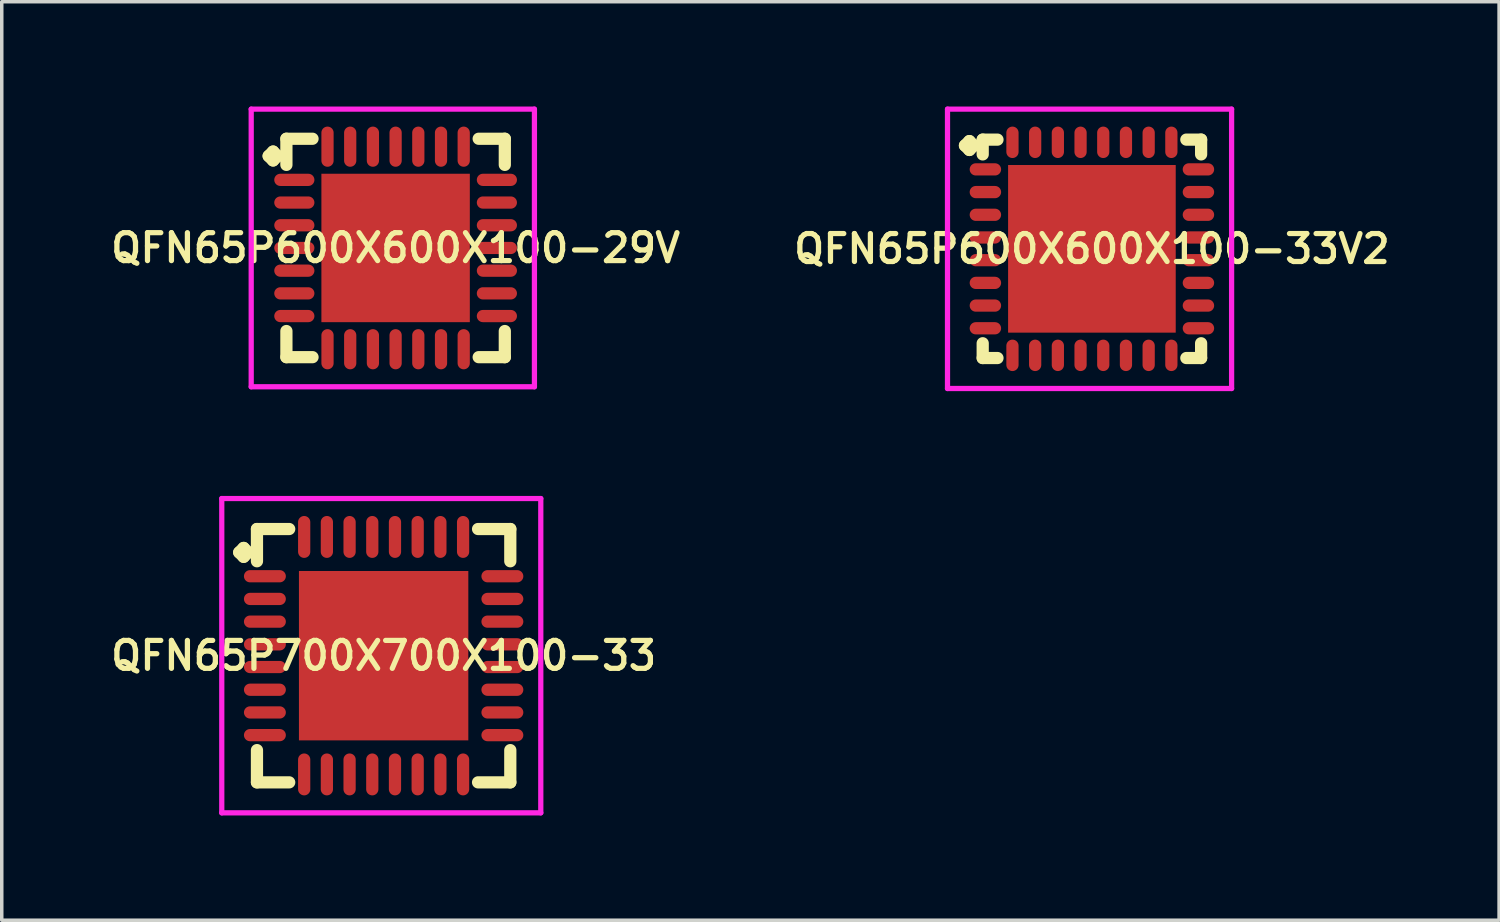
<source format=kicad_pcb>
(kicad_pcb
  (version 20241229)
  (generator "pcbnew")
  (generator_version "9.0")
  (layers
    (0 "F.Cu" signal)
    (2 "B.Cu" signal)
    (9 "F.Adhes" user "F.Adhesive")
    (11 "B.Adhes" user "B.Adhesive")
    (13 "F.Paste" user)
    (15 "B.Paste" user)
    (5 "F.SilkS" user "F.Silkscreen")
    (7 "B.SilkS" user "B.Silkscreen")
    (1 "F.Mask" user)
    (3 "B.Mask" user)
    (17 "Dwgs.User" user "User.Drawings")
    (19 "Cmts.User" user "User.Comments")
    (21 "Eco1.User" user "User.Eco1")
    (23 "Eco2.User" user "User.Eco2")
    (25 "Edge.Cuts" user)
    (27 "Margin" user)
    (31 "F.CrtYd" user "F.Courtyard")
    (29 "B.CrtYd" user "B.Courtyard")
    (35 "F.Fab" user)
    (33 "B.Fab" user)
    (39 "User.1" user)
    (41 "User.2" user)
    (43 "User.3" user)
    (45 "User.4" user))
  (footprint "QFN65P700X700X100-33"
    (layer "F.Cu")
    (at 7.935 15.725)
    (property "Reference" "QFN65P700X700X100-33" (at 0 0 0) (layer "F.SilkS") (effects (font (size 0.8 0.8) (thickness 0.15))))
    (attr smd)
    (fp_line (start -4.135 -2.958) (end -4.008 -3.085) (stroke (width 0.35) (type solid)) (layer "F.SilkS"))
    (fp_line (start -4.008 -3.085) (end -3.881 -2.958) (stroke (width 0.35) (type solid)) (layer "F.SilkS"))
    (fp_line (start -4.008 -2.831) (end -4.135 -2.958) (stroke (width 0.35) (type solid)) (layer "F.SilkS"))
    (fp_line (start -3.881 -2.958) (end -4.008 -2.831) (stroke (width 0.35) (type solid)) (layer "F.SilkS"))
    (fp_line (start -3.627 -3.627) (end -2.704 -3.627) (stroke (width 0.35) (type solid)) (layer "F.SilkS"))
    (fp_line (start -3.627 -2.704) (end -3.627 -3.627) (stroke (width 0.35) (type solid)) (layer "F.SilkS"))
    (fp_line (start -3.627 2.704) (end -3.627 3.627) (stroke (width 0.35) (type solid)) (layer "F.SilkS"))
    (fp_line (start -3.627 3.627) (end -2.704 3.627) (stroke (width 0.35) (type solid)) (layer "F.SilkS"))
    (fp_line (start 2.704 -3.627) (end 3.627 -3.627) (stroke (width 0.35) (type solid)) (layer "F.SilkS"))
    (fp_line (start 2.704 3.627) (end 3.627 3.627) (stroke (width 0.35) (type solid)) (layer "F.SilkS"))
    (fp_line (start 3.627 -3.627) (end 3.627 -2.704) (stroke (width 0.35) (type solid)) (layer "F.SilkS"))
    (fp_line (start 3.627 3.627) (end 3.627 2.704) (stroke (width 0.35) (type solid)) (layer "F.SilkS"))
    (fp_line (start -4.635 -4.5) (end 4.5 -4.5) (stroke (width 0.15) (type solid)) (layer "F.CrtYd"))
    (fp_line (start -4.635 4.5) (end -4.635 -4.5) (stroke (width 0.15) (type solid)) (layer "F.CrtYd"))
    (fp_line (start 4.5 -4.5) (end 4.5 4.5) (stroke (width 0.15) (type solid)) (layer "F.CrtYd"))
    (fp_line (start 4.5 4.5) (end -4.635 4.5) (stroke (width 0.15) (type solid)) (layer "F.CrtYd"))
    (pad "1" smd oval (at -3.4 -2.275) (size 1.2 0.35) (layers "F.Cu" "F.Mask" "F.Paste"))
    (pad "2" smd oval (at -3.4 -1.625) (size 1.2 0.35) (layers "F.Cu" "F.Mask" "F.Paste"))
    (pad "3" smd oval (at -3.4 -0.975) (size 1.2 0.35) (layers "F.Cu" "F.Mask" "F.Paste"))
    (pad "4" smd oval (at -3.4 -0.325) (size 1.2 0.35) (layers "F.Cu" "F.Mask" "F.Paste"))
    (pad "5" smd oval (at -3.4 0.325) (size 1.2 0.35) (layers "F.Cu" "F.Mask" "F.Paste"))
    (pad "6" smd oval (at -3.4 0.975) (size 1.2 0.35) (layers "F.Cu" "F.Mask" "F.Paste"))
    (pad "7" smd oval (at -3.4 1.625) (size 1.2 0.35) (layers "F.Cu" "F.Mask" "F.Paste"))
    (pad "8" smd oval (at -3.4 2.275) (size 1.2 0.35) (layers "F.Cu" "F.Mask" "F.Paste"))
    (pad "9" smd oval (at -2.275 3.4) (size 0.35 1.2) (layers "F.Cu" "F.Mask" "F.Paste"))
    (pad "10" smd oval (at -1.625 3.4) (size 0.35 1.2) (layers "F.Cu" "F.Mask" "F.Paste"))
    (pad "11" smd oval (at -0.975 3.4) (size 0.35 1.2) (layers "F.Cu" "F.Mask" "F.Paste"))
    (pad "12" smd oval (at -0.325 3.4) (size 0.35 1.2) (layers "F.Cu" "F.Mask" "F.Paste"))
    (pad "13" smd oval (at 0.325 3.4) (size 0.35 1.2) (layers "F.Cu" "F.Mask" "F.Paste"))
    (pad "14" smd oval (at 0.975 3.4) (size 0.35 1.2) (layers "F.Cu" "F.Mask" "F.Paste"))
    (pad "15" smd oval (at 1.625 3.4) (size 0.35 1.2) (layers "F.Cu" "F.Mask" "F.Paste"))
    (pad "16" smd oval (at 2.275 3.4) (size 0.35 1.2) (layers "F.Cu" "F.Mask" "F.Paste"))
    (pad "17" smd oval (at 3.4 2.275) (size 1.2 0.35) (layers "F.Cu" "F.Mask" "F.Paste"))
    (pad "18" smd oval (at 3.4 1.625) (size 1.2 0.35) (layers "F.Cu" "F.Mask" "F.Paste"))
    (pad "19" smd oval (at 3.4 0.975) (size 1.2 0.35) (layers "F.Cu" "F.Mask" "F.Paste"))
    (pad "20" smd oval (at 3.4 0.325) (size 1.2 0.35) (layers "F.Cu" "F.Mask" "F.Paste"))
    (pad "21" smd oval (at 3.4 -0.325) (size 1.2 0.35) (layers "F.Cu" "F.Mask" "F.Paste"))
    (pad "22" smd oval (at 3.4 -0.975) (size 1.2 0.35) (layers "F.Cu" "F.Mask" "F.Paste"))
    (pad "23" smd oval (at 3.4 -1.625) (size 1.2 0.35) (layers "F.Cu" "F.Mask" "F.Paste"))
    (pad "24" smd oval (at 3.4 -2.275) (size 1.2 0.35) (layers "F.Cu" "F.Mask" "F.Paste"))
    (pad "25" smd oval (at 2.275 -3.4) (size 0.35 1.2) (layers "F.Cu" "F.Mask" "F.Paste"))
    (pad "26" smd oval (at 1.625 -3.4) (size 0.35 1.2) (layers "F.Cu" "F.Mask" "F.Paste"))
    (pad "27" smd oval (at 0.975 -3.4) (size 0.35 1.2) (layers "F.Cu" "F.Mask" "F.Paste"))
    (pad "28" smd oval (at 0.325 -3.4) (size 0.35 1.2) (layers "F.Cu" "F.Mask" "F.Paste"))
    (pad "29" smd oval (at -0.325 -3.4) (size 0.35 1.2) (layers "F.Cu" "F.Mask" "F.Paste"))
    (pad "30" smd oval (at -0.975 -3.4) (size 0.35 1.2) (layers "F.Cu" "F.Mask" "F.Paste"))
    (pad "31" smd oval (at -1.625 -3.4) (size 0.35 1.2) (layers "F.Cu" "F.Mask" "F.Paste"))
    (pad "32" smd oval (at -2.275 -3.4) (size 0.35 1.2) (layers "F.Cu" "F.Mask" "F.Paste"))
    (pad "33" smd rect (at 0 0) (size 4.85 4.85) (layers "F.Cu" "F.Mask" "F.Paste")))
  (footprint "QFN65P600X600X100-29V"
    (layer "F.Cu")
    (at 8.278 4.05)
    (property "Reference" "QFN65P600X600X100-29V" (at 0 0 0) (layer "F.SilkS") (effects (font (size 0.8 0.8) (thickness 0.15))))
    (attr smd)
    (fp_line (start -3.635 -2.633) (end -3.508 -2.76) (stroke (width 0.35) (type solid)) (layer "F.SilkS"))
    (fp_line (start -3.508 -2.76) (end -3.381 -2.633) (stroke (width 0.35) (type solid)) (layer "F.SilkS"))
    (fp_line (start -3.508 -2.506) (end -3.635 -2.633) (stroke (width 0.35) (type solid)) (layer "F.SilkS"))
    (fp_line (start -3.381 -2.633) (end -3.508 -2.506) (stroke (width 0.35) (type solid)) (layer "F.SilkS"))
    (fp_line (start -3.127 -3.127) (end -2.379 -3.127) (stroke (width 0.35) (type solid)) (layer "F.SilkS"))
    (fp_line (start -3.127 -2.379) (end -3.127 -3.127) (stroke (width 0.35) (type solid)) (layer "F.SilkS"))
    (fp_line (start -3.127 2.379) (end -3.127 3.127) (stroke (width 0.35) (type solid)) (layer "F.SilkS"))
    (fp_line (start -3.127 3.127) (end -2.379 3.127) (stroke (width 0.35) (type solid)) (layer "F.SilkS"))
    (fp_line (start 2.379 -3.127) (end 3.127 -3.127) (stroke (width 0.35) (type solid)) (layer "F.SilkS"))
    (fp_line (start 2.379 3.127) (end 3.127 3.127) (stroke (width 0.35) (type solid)) (layer "F.SilkS"))
    (fp_line (start 3.127 -3.127) (end 3.127 -2.379) (stroke (width 0.35) (type solid)) (layer "F.SilkS"))
    (fp_line (start 3.127 3.127) (end 3.127 2.379) (stroke (width 0.35) (type solid)) (layer "F.SilkS"))
    (fp_line (start -4.135 -3.975) (end 3.975 -3.975) (stroke (width 0.15) (type solid)) (layer "F.CrtYd"))
    (fp_line (start -4.135 3.975) (end -4.135 -3.975) (stroke (width 0.15) (type solid)) (layer "F.CrtYd"))
    (fp_line (start 3.975 -3.975) (end 3.975 3.975) (stroke (width 0.15) (type solid)) (layer "F.CrtYd"))
    (fp_line (start 3.975 3.975) (end -4.135 3.975) (stroke (width 0.15) (type solid)) (layer "F.CrtYd"))
    (pad "1" smd oval (at -2.9 -1.95) (size 1.15 0.35) (layers "F.Cu" "F.Mask" "F.Paste"))
    (pad "2" smd oval (at -2.9 -1.3) (size 1.15 0.35) (layers "F.Cu" "F.Mask" "F.Paste"))
    (pad "3" smd oval (at -2.9 -0.65) (size 1.15 0.35) (layers "F.Cu" "F.Mask" "F.Paste"))
    (pad "4" smd oval (at -2.9 0) (size 1.15 0.35) (layers "F.Cu" "F.Mask" "F.Paste"))
    (pad "5" smd oval (at -2.9 0.65) (size 1.15 0.35) (layers "F.Cu" "F.Mask" "F.Paste"))
    (pad "6" smd oval (at -2.9 1.3) (size 1.15 0.35) (layers "F.Cu" "F.Mask" "F.Paste"))
    (pad "7" smd oval (at -2.9 1.95) (size 1.15 0.35) (layers "F.Cu" "F.Mask" "F.Paste"))
    (pad "8" smd oval (at -1.95 2.9) (size 0.35 1.15) (layers "F.Cu" "F.Mask" "F.Paste"))
    (pad "9" smd oval (at -1.3 2.9) (size 0.35 1.15) (layers "F.Cu" "F.Mask" "F.Paste"))
    (pad "10" smd oval (at -0.65 2.9) (size 0.35 1.15) (layers "F.Cu" "F.Mask" "F.Paste"))
    (pad "11" smd oval (at 0 2.9) (size 0.35 1.15) (layers "F.Cu" "F.Mask" "F.Paste"))
    (pad "12" smd oval (at 0.65 2.9) (size 0.35 1.15) (layers "F.Cu" "F.Mask" "F.Paste"))
    (pad "13" smd oval (at 1.3 2.9) (size 0.35 1.15) (layers "F.Cu" "F.Mask" "F.Paste"))
    (pad "14" smd oval (at 1.95 2.9) (size 0.35 1.15) (layers "F.Cu" "F.Mask" "F.Paste"))
    (pad "15" smd oval (at 2.9 1.95) (size 1.15 0.35) (layers "F.Cu" "F.Mask" "F.Paste"))
    (pad "16" smd oval (at 2.9 1.3) (size 1.15 0.35) (layers "F.Cu" "F.Mask" "F.Paste"))
    (pad "17" smd oval (at 2.9 0.65) (size 1.15 0.35) (layers "F.Cu" "F.Mask" "F.Paste"))
    (pad "18" smd oval (at 2.9 0) (size 1.15 0.35) (layers "F.Cu" "F.Mask" "F.Paste"))
    (pad "19" smd oval (at 2.9 -0.65) (size 1.15 0.35) (layers "F.Cu" "F.Mask" "F.Paste"))
    (pad "20" smd oval (at 2.9 -1.3) (size 1.15 0.35) (layers "F.Cu" "F.Mask" "F.Paste"))
    (pad "21" smd oval (at 2.9 -1.95) (size 1.15 0.35) (layers "F.Cu" "F.Mask" "F.Paste"))
    (pad "22" smd oval (at 1.95 -2.9) (size 0.35 1.15) (layers "F.Cu" "F.Mask" "F.Paste"))
    (pad "23" smd oval (at 1.3 -2.9) (size 0.35 1.15) (layers "F.Cu" "F.Mask" "F.Paste"))
    (pad "24" smd oval (at 0.65 -2.9) (size 0.35 1.15) (layers "F.Cu" "F.Mask" "F.Paste"))
    (pad "25" smd oval (at 0 -2.9) (size 0.35 1.15) (layers "F.Cu" "F.Mask" "F.Paste"))
    (pad "26" smd oval (at -0.65 -2.9) (size 0.35 1.15) (layers "F.Cu" "F.Mask" "F.Paste"))
    (pad "27" smd oval (at -1.3 -2.9) (size 0.35 1.15) (layers "F.Cu" "F.Mask" "F.Paste"))
    (pad "28" smd oval (at -1.95 -2.9) (size 0.35 1.15) (layers "F.Cu" "F.Mask" "F.Paste"))
    (pad "29" smd rect (at 0 0) (size 4.25 4.25) (layers "F.Cu" "F.Mask" "F.Paste")))
  (footprint "QFN65P600X600X100-33V2"
    (layer "F.Cu")
    (at 28.216 4.075)
    (property "Reference" "QFN65P600X600X100-33V2" (at 0 0 0) (layer "F.SilkS") (effects (font (size 0.8 0.8) (thickness 0.15))))
    (attr smd)
    (fp_line (start -3.635 -2.958) (end -3.508 -3.085) (stroke (width 0.35) (type solid)) (layer "F.SilkS"))
    (fp_line (start -3.508 -3.085) (end -3.381 -2.958) (stroke (width 0.35) (type solid)) (layer "F.SilkS"))
    (fp_line (start -3.508 -2.831) (end -3.635 -2.958) (stroke (width 0.35) (type solid)) (layer "F.SilkS"))
    (fp_line (start -3.381 -2.958) (end -3.508 -2.831) (stroke (width 0.35) (type solid)) (layer "F.SilkS"))
    (fp_line (start -3.127 -3.127) (end -2.704 -3.127) (stroke (width 0.35) (type solid)) (layer "F.SilkS"))
    (fp_line (start -3.127 -2.704) (end -3.127 -3.127) (stroke (width 0.35) (type solid)) (layer "F.SilkS"))
    (fp_line (start -3.127 2.704) (end -3.127 3.127) (stroke (width 0.35) (type solid)) (layer "F.SilkS"))
    (fp_line (start -3.127 3.127) (end -2.704 3.127) (stroke (width 0.35) (type solid)) (layer "F.SilkS"))
    (fp_line (start 2.704 -3.127) (end 3.127 -3.127) (stroke (width 0.35) (type solid)) (layer "F.SilkS"))
    (fp_line (start 2.704 3.127) (end 3.127 3.127) (stroke (width 0.35) (type solid)) (layer "F.SilkS"))
    (fp_line (start 3.127 -3.127) (end 3.127 -2.704) (stroke (width 0.35) (type solid)) (layer "F.SilkS"))
    (fp_line (start 3.127 3.127) (end 3.127 2.704) (stroke (width 0.35) (type solid)) (layer "F.SilkS"))
    (fp_line (start -4.135 -4) (end 4 -4) (stroke (width 0.15) (type solid)) (layer "F.CrtYd"))
    (fp_line (start -4.135 4) (end -4.135 -4) (stroke (width 0.15) (type solid)) (layer "F.CrtYd"))
    (fp_line (start 4 -4) (end 4 4) (stroke (width 0.15) (type solid)) (layer "F.CrtYd"))
    (fp_line (start 4 4) (end -4.135 4) (stroke (width 0.15) (type solid)) (layer "F.CrtYd"))
    (pad "1" smd oval (at -3.05 -2.275) (size 0.9 0.35) (layers "F.Cu" "F.Mask" "F.Paste"))
    (pad "2" smd oval (at -3.05 -1.625) (size 0.9 0.35) (layers "F.Cu" "F.Mask" "F.Paste"))
    (pad "3" smd oval (at -3.05 -0.975) (size 0.9 0.35) (layers "F.Cu" "F.Mask" "F.Paste"))
    (pad "4" smd oval (at -3.05 -0.325) (size 0.9 0.35) (layers "F.Cu" "F.Mask" "F.Paste"))
    (pad "5" smd oval (at -3.05 0.325) (size 0.9 0.35) (layers "F.Cu" "F.Mask" "F.Paste"))
    (pad "6" smd oval (at -3.05 0.975) (size 0.9 0.35) (layers "F.Cu" "F.Mask" "F.Paste"))
    (pad "7" smd oval (at -3.05 1.625) (size 0.9 0.35) (layers "F.Cu" "F.Mask" "F.Paste"))
    (pad "8" smd oval (at -3.05 2.275) (size 0.9 0.35) (layers "F.Cu" "F.Mask" "F.Paste"))
    (pad "9" smd oval (at -2.275 3.05) (size 0.35 0.9) (layers "F.Cu" "F.Mask" "F.Paste"))
    (pad "10" smd oval (at -1.625 3.05) (size 0.35 0.9) (layers "F.Cu" "F.Mask" "F.Paste"))
    (pad "11" smd oval (at -0.975 3.05) (size 0.35 0.9) (layers "F.Cu" "F.Mask" "F.Paste"))
    (pad "12" smd oval (at -0.325 3.05) (size 0.35 0.9) (layers "F.Cu" "F.Mask" "F.Paste"))
    (pad "13" smd oval (at 0.325 3.05) (size 0.35 0.9) (layers "F.Cu" "F.Mask" "F.Paste"))
    (pad "14" smd oval (at 0.975 3.05) (size 0.35 0.9) (layers "F.Cu" "F.Mask" "F.Paste"))
    (pad "15" smd oval (at 1.625 3.05) (size 0.35 0.9) (layers "F.Cu" "F.Mask" "F.Paste"))
    (pad "16" smd oval (at 2.275 3.05) (size 0.35 0.9) (layers "F.Cu" "F.Mask" "F.Paste"))
    (pad "17" smd oval (at 3.05 2.275) (size 0.9 0.35) (layers "F.Cu" "F.Mask" "F.Paste"))
    (pad "18" smd oval (at 3.05 1.625) (size 0.9 0.35) (layers "F.Cu" "F.Mask" "F.Paste"))
    (pad "19" smd oval (at 3.05 0.975) (size 0.9 0.35) (layers "F.Cu" "F.Mask" "F.Paste"))
    (pad "20" smd oval (at 3.05 0.325) (size 0.9 0.35) (layers "F.Cu" "F.Mask" "F.Paste"))
    (pad "21" smd oval (at 3.05 -0.325) (size 0.9 0.35) (layers "F.Cu" "F.Mask" "F.Paste"))
    (pad "22" smd oval (at 3.05 -0.975) (size 0.9 0.35) (layers "F.Cu" "F.Mask" "F.Paste"))
    (pad "23" smd oval (at 3.05 -1.625) (size 0.9 0.35) (layers "F.Cu" "F.Mask" "F.Paste"))
    (pad "24" smd oval (at 3.05 -2.275) (size 0.9 0.35) (layers "F.Cu" "F.Mask" "F.Paste"))
    (pad "25" smd oval (at 2.275 -3.05) (size 0.35 0.9) (layers "F.Cu" "F.Mask" "F.Paste"))
    (pad "26" smd oval (at 1.625 -3.05) (size 0.35 0.9) (layers "F.Cu" "F.Mask" "F.Paste"))
    (pad "27" smd oval (at 0.975 -3.05) (size 0.35 0.9) (layers "F.Cu" "F.Mask" "F.Paste"))
    (pad "28" smd oval (at 0.325 -3.05) (size 0.35 0.9) (layers "F.Cu" "F.Mask" "F.Paste"))
    (pad "29" smd oval (at -0.325 -3.05) (size 0.35 0.9) (layers "F.Cu" "F.Mask" "F.Paste"))
    (pad "30" smd oval (at -0.975 -3.05) (size 0.35 0.9) (layers "F.Cu" "F.Mask" "F.Paste"))
    (pad "31" smd oval (at -1.625 -3.05) (size 0.35 0.9) (layers "F.Cu" "F.Mask" "F.Paste"))
    (pad "32" smd oval (at -2.275 -3.05) (size 0.35 0.9) (layers "F.Cu" "F.Mask" "F.Paste"))
    (pad "33" smd rect (at 0 0) (size 4.8 4.8) (layers "F.Cu" "F.Mask" "F.Paste")))
  (gr_rect
    (start -3 -3)
    (end 39.875 23.3)
    (stroke (width 0.1) (type default))
    (fill no)
    (layer "Edge.Cuts")))
</source>
